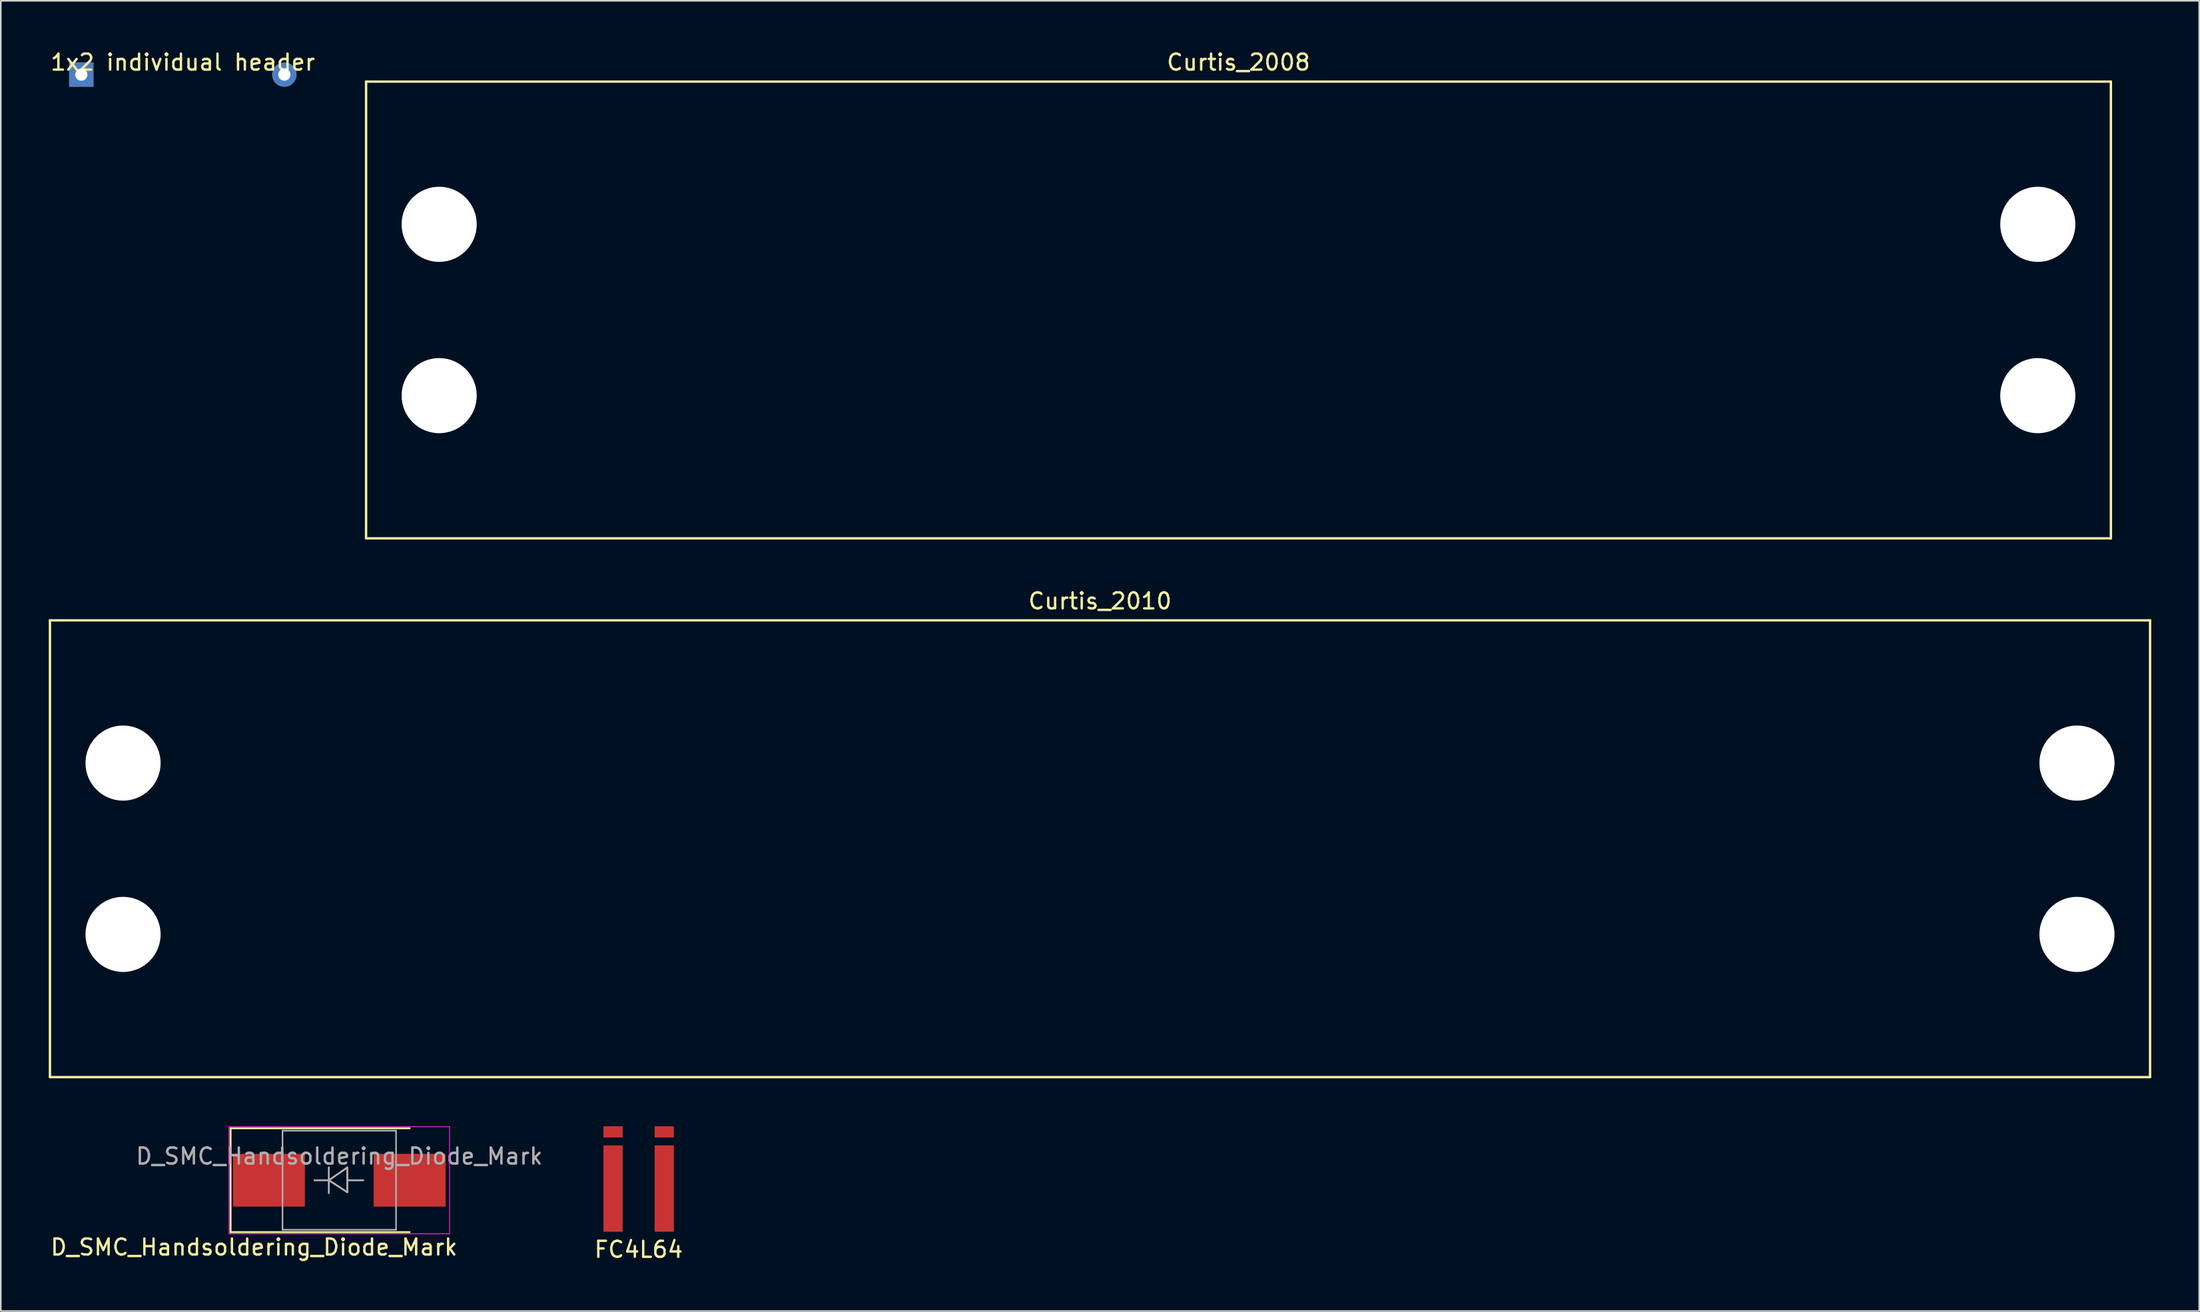
<source format=kicad_pcb>
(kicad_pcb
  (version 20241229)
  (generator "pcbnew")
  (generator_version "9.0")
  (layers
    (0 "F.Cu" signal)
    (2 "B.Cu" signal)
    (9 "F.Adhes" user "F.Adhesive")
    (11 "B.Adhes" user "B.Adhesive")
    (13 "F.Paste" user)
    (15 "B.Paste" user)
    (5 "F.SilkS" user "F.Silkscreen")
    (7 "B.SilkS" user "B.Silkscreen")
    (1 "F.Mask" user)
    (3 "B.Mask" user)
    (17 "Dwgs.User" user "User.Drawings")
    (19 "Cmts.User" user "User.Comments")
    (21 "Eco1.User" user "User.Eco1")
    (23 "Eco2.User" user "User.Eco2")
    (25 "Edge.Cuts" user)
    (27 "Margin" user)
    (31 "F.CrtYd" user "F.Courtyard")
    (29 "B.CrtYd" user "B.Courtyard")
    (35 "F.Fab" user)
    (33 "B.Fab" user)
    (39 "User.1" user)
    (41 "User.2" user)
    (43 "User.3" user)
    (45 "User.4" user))
  (footprint "FC4L64"
    (layer "F.Cu")
    (at 36.899 71.309)
    (property "Reference" "FC4L64" (at 0 3.81 0) (layer "F.SilkS") (effects (font (size 1 1) (thickness 0.15))))
    (attr through_hole)
    (pad "1" smd rect (at -1.6 0) (size 1.2 5.4) (layers "F.Cu" "F.Mask" "F.Paste"))
    (pad "2" smd rect (at -1.6 -3.55) (size 1.2 0.7) (layers "F.Cu" "F.Mask" "F.Paste"))
    (pad "3" smd rect (at 1.6 -3.55) (size 1.2 0.7) (layers "F.Cu" "F.Mask" "F.Paste"))
    (pad "4" smd rect (at 1.6 0) (size 1.2 5.4) (layers "F.Cu" "F.Mask" "F.Paste")))
  (footprint "1x2 individual header"
    (layer "F.Cu")
    (at 8.387 0.348)
    (property "Reference" "1x2 individual header" (at 0 0.5 0) (layer "F.SilkS") (effects (font (size 1 1) (thickness 0.15))))
    (attr through_hole)
    (pad "1" thru_hole rect (at -6.35 1.27) (size 1.524 1.524) (drill 0.762) (layers "*.Cu" "*.Mask"))
    (pad "2" thru_hole circle (at 6.35 1.27) (size 1.524 1.524) (drill 0.762) (layers "*.Cu" "*.Mask")))
  (footprint "Curtis_2008"
    (layer "F.Cu")
    (at 74.421 16.342)
    (property "Reference" "Curtis_2008" (at 0 -15.494 0) (layer "F.SilkS") (effects (font (size 1 1) (thickness 0.15))))
    (attr through_hole)
    (fp_line (start -54.572 -14.287) (end -54.572 14.287) (stroke (width 0.15) (type solid)) (layer "F.SilkS"))
    (fp_line (start -54.572 -14.287) (end 54.572 -14.287) (stroke (width 0.15) (type solid)) (layer "F.SilkS"))
    (fp_line (start 54.572 14.287) (end -54.572 14.287) (stroke (width 0.15) (type solid)) (layer "F.SilkS"))
    (fp_line (start 54.572 14.287) (end 54.572 -14.287) (stroke (width 0.15) (type solid)) (layer "F.SilkS"))
    (pad "" np_thru_hole circle (at -50 -5.359) (size 4.699 4.699) (drill 4.699) (layers "*.Cu" "*.Mask"))
    (pad "" np_thru_hole circle (at -50 5.359) (size 4.699 4.699) (drill 4.699) (layers "*.Cu" "*.Mask"))
    (pad "" np_thru_hole circle (at 50 -5.359) (size 4.699 4.699) (drill 4.699) (layers "*.Cu" "*.Mask"))
    (pad "" np_thru_hole circle (at 50 5.359) (size 4.699 4.699) (drill 4.699) (layers "*.Cu" "*.Mask")))
  (footprint "D_SMC_Handsoldering_Diode_Mark"
    (layer "F.Cu")
    (at 18.173 70.784)
    (property "Reference" "D_SMC_Handsoldering_Diode_Mark" (at -5.334 4.191 0) (layer "F.SilkS") (effects (font (size 1 1) (thickness 0.15))))
    (attr smd)
    (fp_line (start -6.8 -3.25) (end 4.4 -3.25) (stroke (width 0.12) (type solid)) (layer "F.SilkS"))
    (fp_line (start -6.8 3.25) (end -6.8 -3.25) (stroke (width 0.12) (type solid)) (layer "F.SilkS"))
    (fp_line (start -6.8 3.25) (end 4.4 3.25) (stroke (width 0.12) (type solid)) (layer "F.SilkS"))
    (fp_line (start -0.649 -0.799) (end -0.649 0.801) (stroke (width 0.1) (type solid)) (layer "F.SilkS"))
    (fp_line (start -0.649 0.001) (end -1.551 0.001) (stroke (width 0.1) (type solid)) (layer "F.SilkS"))
    (fp_line (start -0.649 0.001) (end 0.501 -0.799) (stroke (width 0.1) (type solid)) (layer "F.SilkS"))
    (fp_line (start -0.649 0.001) (end 0.501 0.75) (stroke (width 0.1) (type solid)) (layer "F.SilkS"))
    (fp_line (start 0.501 0.001) (end 1.499 0.001) (stroke (width 0.1) (type solid)) (layer "F.SilkS"))
    (fp_line (start 0.501 0.75) (end 0.501 -0.799) (stroke (width 0.1) (type solid)) (layer "F.SilkS"))
    (fp_line (start -6.9 -3.35) (end 6.9 -3.35) (stroke (width 0.05) (type solid)) (layer "F.CrtYd"))
    (fp_line (start -6.9 3.35) (end -6.9 -3.35) (stroke (width 0.05) (type solid)) (layer "F.CrtYd"))
    (fp_line (start 6.9 -3.35) (end 6.9 3.35) (stroke (width 0.05) (type solid)) (layer "F.CrtYd"))
    (fp_line (start 6.9 3.35) (end -6.9 3.35) (stroke (width 0.05) (type solid)) (layer "F.CrtYd"))
    (fp_line (start -3.55 3.1) (end -3.55 -3.1) (stroke (width 0.1) (type solid)) (layer "F.Fab"))
    (fp_line (start -0.649 -0.799) (end -0.649 0.801) (stroke (width 0.1) (type solid)) (layer "F.Fab"))
    (fp_line (start -0.649 0.001) (end -1.551 0.001) (stroke (width 0.1) (type solid)) (layer "F.Fab"))
    (fp_line (start -0.649 0.001) (end 0.501 -0.799) (stroke (width 0.1) (type solid)) (layer "F.Fab"))
    (fp_line (start -0.649 0.001) (end 0.501 0.75) (stroke (width 0.1) (type solid)) (layer "F.Fab"))
    (fp_line (start 0.501 0.001) (end 1.499 0.001) (stroke (width 0.1) (type solid)) (layer "F.Fab"))
    (fp_line (start 0.501 0.75) (end 0.501 -0.799) (stroke (width 0.1) (type solid)) (layer "F.Fab"))
    (fp_line (start 3.55 -3.1) (end -3.55 -3.1) (stroke (width 0.1) (type solid)) (layer "F.Fab"))
    (fp_line (start 3.55 -3.1) (end 3.55 3.1) (stroke (width 0.1) (type solid)) (layer "F.Fab"))
    (fp_line (start 3.55 3.1) (end -3.55 3.1) (stroke (width 0.1) (type solid)) (layer "F.Fab"))
    (fp_text user "${REFERENCE}" (at 0 -1.5 0) (layer "F.Fab") (effects (font (size 1 1) (thickness 0.15))))
    (pad "1" smd rect (at -4.4 0 90) (size 3.3 4.5) (layers "F.Cu" "F.Mask" "F.Paste"))
    (pad "2" smd rect (at 4.4 0 90) (size 3.3 4.5) (layers "F.Cu" "F.Mask" "F.Paste")))
  (footprint "Curtis_2010"
    (layer "F.Cu")
    (at 65.759 50.047)
    (property "Reference" "Curtis_2010" (at 0 -15.494 0) (layer "F.SilkS") (effects (font (size 1 1) (thickness 0.15))))
    (attr through_hole)
    (fp_line (start -65.684 -14.287) (end -65.684 14.287) (stroke (width 0.15) (type solid)) (layer "F.SilkS"))
    (fp_line (start -65.677 -14.287) (end 65.677 -14.287) (stroke (width 0.15) (type solid)) (layer "F.SilkS"))
    (fp_line (start -65.677 14.287) (end 65.677 14.287) (stroke (width 0.15) (type solid)) (layer "F.SilkS"))
    (fp_line (start 65.684 14.287) (end 65.684 -14.287) (stroke (width 0.15) (type solid)) (layer "F.SilkS"))
    (pad "" np_thru_hole circle (at -61.112 -5.359) (size 4.699 4.699) (drill 4.699) (layers "*.Cu" "*.Mask"))
    (pad "" np_thru_hole circle (at -61.112 5.359) (size 4.699 4.699) (drill 4.699) (layers "*.Cu" "*.Mask"))
    (pad "" np_thru_hole circle (at 61.112 -5.359) (size 4.699 4.699) (drill 4.699) (layers "*.Cu" "*.Mask"))
    (pad "" np_thru_hole circle (at 61.112 5.359) (size 4.699 4.699) (drill 4.699) (layers "*.Cu" "*.Mask")))
  (gr_rect
    (start -3 -3)
    (end 134.519 78.968)
    (stroke (width 0.1) (type default))
    (fill no)
    (layer "Edge.Cuts")))
</source>
